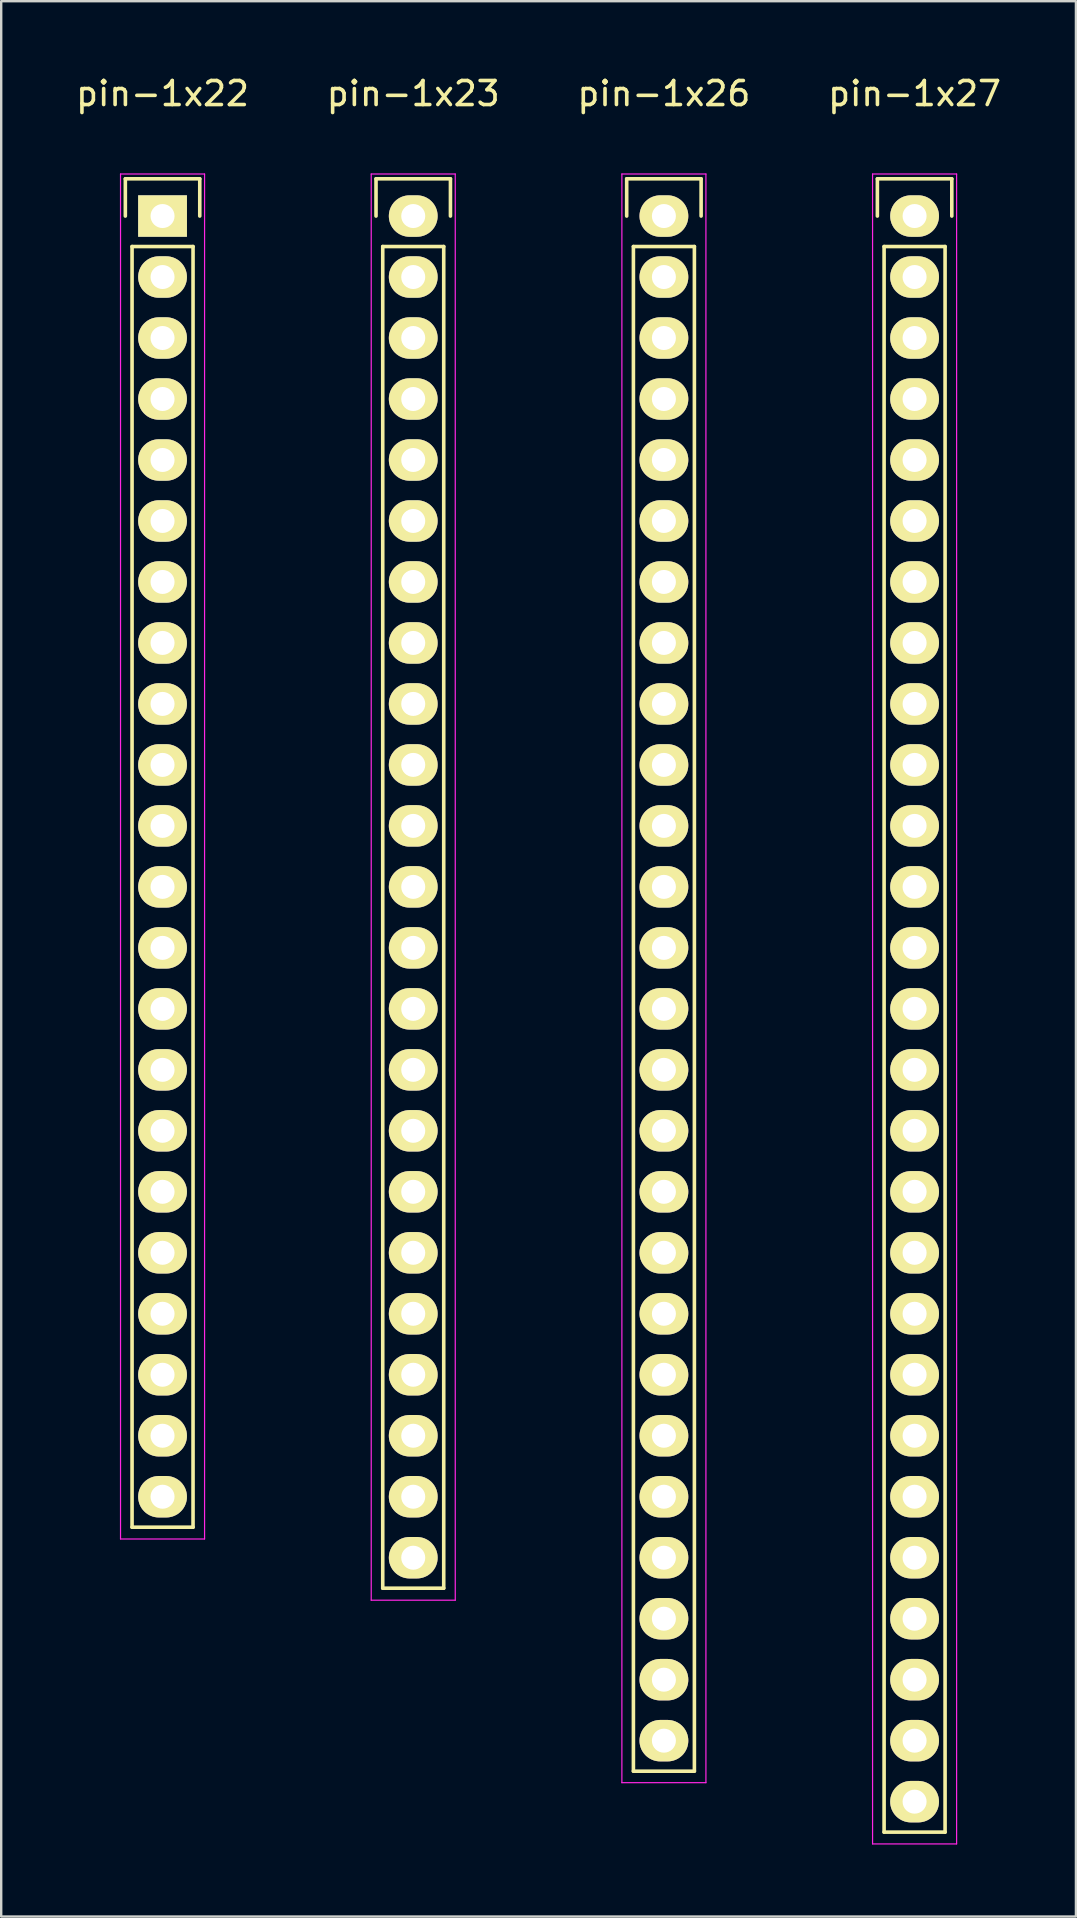
<source format=kicad_pcb>
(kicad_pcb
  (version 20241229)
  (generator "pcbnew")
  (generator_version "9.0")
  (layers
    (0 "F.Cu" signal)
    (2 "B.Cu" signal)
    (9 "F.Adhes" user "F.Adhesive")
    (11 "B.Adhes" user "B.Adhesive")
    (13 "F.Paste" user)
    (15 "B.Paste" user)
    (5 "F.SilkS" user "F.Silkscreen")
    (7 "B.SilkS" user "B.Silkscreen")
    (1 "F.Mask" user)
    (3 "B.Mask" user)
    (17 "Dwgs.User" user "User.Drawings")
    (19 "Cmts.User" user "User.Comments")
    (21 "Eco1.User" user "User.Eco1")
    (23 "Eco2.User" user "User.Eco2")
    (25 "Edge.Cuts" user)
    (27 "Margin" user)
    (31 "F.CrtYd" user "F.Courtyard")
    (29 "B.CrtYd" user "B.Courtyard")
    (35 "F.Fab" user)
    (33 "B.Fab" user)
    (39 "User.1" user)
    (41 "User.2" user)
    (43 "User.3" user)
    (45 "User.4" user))
  (footprint "pin-1x27"
    (layer "F.Cu")
    (at 35.042 5.948)
    (property "Reference" "pin-1x27" (at 0 -5.1 0) (layer "F.SilkS") (effects (font (size 1 1) (thickness 0.15))))
    (attr through_hole)
    (fp_line (start -1.55 -1.55) (end 1.55 -1.55) (stroke (width 0.15) (type solid)) (layer "F.SilkS"))
    (fp_line (start -1.55 0) (end -1.55 -1.55) (stroke (width 0.15) (type solid)) (layer "F.SilkS"))
    (fp_line (start -1.27 1.27) (end -1.27 67.31) (stroke (width 0.15) (type solid)) (layer "F.SilkS"))
    (fp_line (start -1.27 67.31) (end 1.27 67.31) (stroke (width 0.15) (type solid)) (layer "F.SilkS"))
    (fp_line (start 1.27 1.27) (end -1.27 1.27) (stroke (width 0.15) (type solid)) (layer "F.SilkS"))
    (fp_line (start 1.27 67.31) (end 1.27 1.27) (stroke (width 0.15) (type solid)) (layer "F.SilkS"))
    (fp_line (start 1.55 -1.55) (end 1.55 0) (stroke (width 0.15) (type solid)) (layer "F.SilkS"))
    (fp_line (start -1.75 -1.75) (end -1.75 67.8) (stroke (width 0.05) (type solid)) (layer "F.CrtYd"))
    (fp_line (start -1.75 -1.75) (end 1.75 -1.75) (stroke (width 0.05) (type solid)) (layer "F.CrtYd"))
    (fp_line (start -1.75 67.8) (end 1.75 67.8) (stroke (width 0.05) (type solid)) (layer "F.CrtYd"))
    (fp_line (start 1.75 -1.75) (end 1.75 67.8) (stroke (width 0.05) (type solid)) (layer "F.CrtYd"))
    (pad "1" thru_hole oval (at 0 0) (size 2.032 1.727) (drill 1) (layers "*.Cu" "*.Mask" "F.SilkS"))
    (pad "2" thru_hole oval (at 0 2.54) (size 2.032 1.727) (drill 1) (layers "*.Cu" "*.Mask" "F.SilkS"))
    (pad "3" thru_hole oval (at 0 5.08) (size 2.032 1.727) (drill 1) (layers "*.Cu" "*.Mask" "F.SilkS"))
    (pad "4" thru_hole oval (at 0 7.62) (size 2.032 1.727) (drill 1) (layers "*.Cu" "*.Mask" "F.SilkS"))
    (pad "5" thru_hole oval (at 0 10.16) (size 2.032 1.727) (drill 1) (layers "*.Cu" "*.Mask" "F.SilkS"))
    (pad "6" thru_hole oval (at 0 12.7) (size 2.032 1.727) (drill 1) (layers "*.Cu" "*.Mask" "F.SilkS"))
    (pad "7" thru_hole oval (at 0 15.24) (size 2.032 1.727) (drill 1) (layers "*.Cu" "*.Mask" "F.SilkS"))
    (pad "8" thru_hole oval (at 0 17.78) (size 2.032 1.727) (drill 1) (layers "*.Cu" "*.Mask" "F.SilkS"))
    (pad "9" thru_hole oval (at 0 20.32) (size 2.032 1.727) (drill 1) (layers "*.Cu" "*.Mask" "F.SilkS"))
    (pad "10" thru_hole oval (at 0 22.86) (size 2.032 1.727) (drill 1) (layers "*.Cu" "*.Mask" "F.SilkS"))
    (pad "11" thru_hole oval (at 0 25.4) (size 2.032 1.727) (drill 1) (layers "*.Cu" "*.Mask" "F.SilkS"))
    (pad "12" thru_hole oval (at 0 27.94) (size 2.032 1.727) (drill 1) (layers "*.Cu" "*.Mask" "F.SilkS"))
    (pad "13" thru_hole oval (at 0 30.48) (size 2.032 1.727) (drill 1) (layers "*.Cu" "*.Mask" "F.SilkS"))
    (pad "14" thru_hole oval (at 0 33.02) (size 2.032 1.727) (drill 1) (layers "*.Cu" "*.Mask" "F.SilkS"))
    (pad "15" thru_hole oval (at 0 35.56) (size 2.032 1.727) (drill 1) (layers "*.Cu" "*.Mask" "F.SilkS"))
    (pad "16" thru_hole oval (at 0 38.1) (size 2.032 1.727) (drill 1) (layers "*.Cu" "*.Mask" "F.SilkS"))
    (pad "17" thru_hole oval (at 0 40.64) (size 2.032 1.727) (drill 1) (layers "*.Cu" "*.Mask" "F.SilkS"))
    (pad "18" thru_hole oval (at 0 43.18) (size 2.032 1.727) (drill 1) (layers "*.Cu" "*.Mask" "F.SilkS"))
    (pad "19" thru_hole oval (at 0 45.72) (size 2.032 1.727) (drill 1) (layers "*.Cu" "*.Mask" "F.SilkS"))
    (pad "20" thru_hole oval (at 0 48.26) (size 2.032 1.727) (drill 1) (layers "*.Cu" "*.Mask" "F.SilkS"))
    (pad "21" thru_hole oval (at 0 50.8) (size 2.032 1.727) (drill 1) (layers "*.Cu" "*.Mask" "F.SilkS"))
    (pad "22" thru_hole oval (at 0 53.34) (size 2.032 1.727) (drill 1) (layers "*.Cu" "*.Mask" "F.SilkS"))
    (pad "23" thru_hole oval (at 0 55.88) (size 2.032 1.727) (drill 1) (layers "*.Cu" "*.Mask" "F.SilkS"))
    (pad "24" thru_hole oval (at 0 58.42) (size 2.032 1.727) (drill 1) (layers "*.Cu" "*.Mask" "F.SilkS"))
    (pad "25" thru_hole oval (at 0 60.96) (size 2.032 1.727) (drill 1) (layers "*.Cu" "*.Mask" "F.SilkS"))
    (pad "26" thru_hole oval (at 0 63.5) (size 2.032 1.727) (drill 1) (layers "*.Cu" "*.Mask" "F.SilkS"))
    (pad "27" thru_hole oval (at 0 66.04) (size 2.032 1.727) (drill 1) (layers "*.Cu" "*.Mask" "F.SilkS")))
  (footprint "pin-1x22"
    (layer "F.Cu")
    (at 3.72 5.948)
    (property "Reference" "pin-1x22" (at 0 -5.1 0) (layer "F.SilkS") (effects (font (size 1 1) (thickness 0.15))))
    (attr through_hole)
    (fp_line (start -1.55 -1.55) (end 1.55 -1.55) (stroke (width 0.15) (type solid)) (layer "F.SilkS"))
    (fp_line (start -1.55 0) (end -1.55 -1.55) (stroke (width 0.15) (type solid)) (layer "F.SilkS"))
    (fp_line (start -1.27 1.27) (end -1.27 54.61) (stroke (width 0.15) (type solid)) (layer "F.SilkS"))
    (fp_line (start -1.27 54.61) (end 1.27 54.61) (stroke (width 0.15) (type solid)) (layer "F.SilkS"))
    (fp_line (start 1.27 1.27) (end -1.27 1.27) (stroke (width 0.15) (type solid)) (layer "F.SilkS"))
    (fp_line (start 1.27 54.61) (end 1.27 1.27) (stroke (width 0.15) (type solid)) (layer "F.SilkS"))
    (fp_line (start 1.55 -1.55) (end 1.55 0) (stroke (width 0.15) (type solid)) (layer "F.SilkS"))
    (fp_line (start -1.75 -1.75) (end -1.75 55.1) (stroke (width 0.05) (type solid)) (layer "F.CrtYd"))
    (fp_line (start -1.75 -1.75) (end 1.75 -1.75) (stroke (width 0.05) (type solid)) (layer "F.CrtYd"))
    (fp_line (start -1.75 55.1) (end 1.75 55.1) (stroke (width 0.05) (type solid)) (layer "F.CrtYd"))
    (fp_line (start 1.75 -1.75) (end 1.75 55.1) (stroke (width 0.05) (type solid)) (layer "F.CrtYd"))
    (pad "1" thru_hole rect (at 0 0) (size 2.032 1.727) (drill 1) (layers "*.Cu" "*.Mask" "F.SilkS"))
    (pad "2" thru_hole oval (at 0 2.54) (size 2.032 1.727) (drill 1) (layers "*.Cu" "*.Mask" "F.SilkS"))
    (pad "3" thru_hole oval (at 0 5.08) (size 2.032 1.727) (drill 1) (layers "*.Cu" "*.Mask" "F.SilkS"))
    (pad "4" thru_hole oval (at 0 7.62) (size 2.032 1.727) (drill 1) (layers "*.Cu" "*.Mask" "F.SilkS"))
    (pad "5" thru_hole oval (at 0 10.16) (size 2.032 1.727) (drill 1) (layers "*.Cu" "*.Mask" "F.SilkS"))
    (pad "6" thru_hole oval (at 0 12.7) (size 2.032 1.727) (drill 1) (layers "*.Cu" "*.Mask" "F.SilkS"))
    (pad "7" thru_hole oval (at 0 15.24) (size 2.032 1.727) (drill 1) (layers "*.Cu" "*.Mask" "F.SilkS"))
    (pad "8" thru_hole oval (at 0 17.78) (size 2.032 1.727) (drill 1) (layers "*.Cu" "*.Mask" "F.SilkS"))
    (pad "9" thru_hole oval (at 0 20.32) (size 2.032 1.727) (drill 1) (layers "*.Cu" "*.Mask" "F.SilkS"))
    (pad "10" thru_hole oval (at 0 22.86) (size 2.032 1.727) (drill 1) (layers "*.Cu" "*.Mask" "F.SilkS"))
    (pad "11" thru_hole oval (at 0 25.4) (size 2.032 1.727) (drill 1) (layers "*.Cu" "*.Mask" "F.SilkS"))
    (pad "12" thru_hole oval (at 0 27.94) (size 2.032 1.727) (drill 1) (layers "*.Cu" "*.Mask" "F.SilkS"))
    (pad "13" thru_hole oval (at 0 30.48) (size 2.032 1.727) (drill 1) (layers "*.Cu" "*.Mask" "F.SilkS"))
    (pad "14" thru_hole oval (at 0 33.02) (size 2.032 1.727) (drill 1) (layers "*.Cu" "*.Mask" "F.SilkS"))
    (pad "15" thru_hole oval (at 0 35.56) (size 2.032 1.727) (drill 1) (layers "*.Cu" "*.Mask" "F.SilkS"))
    (pad "16" thru_hole oval (at 0 38.1) (size 2.032 1.727) (drill 1) (layers "*.Cu" "*.Mask" "F.SilkS"))
    (pad "17" thru_hole oval (at 0 40.64) (size 2.032 1.727) (drill 1) (layers "*.Cu" "*.Mask" "F.SilkS"))
    (pad "18" thru_hole oval (at 0 43.18) (size 2.032 1.727) (drill 1) (layers "*.Cu" "*.Mask" "F.SilkS"))
    (pad "19" thru_hole oval (at 0 45.72) (size 2.032 1.727) (drill 1) (layers "*.Cu" "*.Mask" "F.SilkS"))
    (pad "20" thru_hole oval (at 0 48.26) (size 2.032 1.727) (drill 1) (layers "*.Cu" "*.Mask" "F.SilkS"))
    (pad "21" thru_hole oval (at 0 50.8) (size 2.032 1.727) (drill 1) (layers "*.Cu" "*.Mask" "F.SilkS"))
    (pad "22" thru_hole oval (at 0 53.34) (size 2.032 1.727) (drill 1) (layers "*.Cu" "*.Mask" "F.SilkS")))
  (footprint "pin-1x23"
    (layer "F.Cu")
    (at 14.161 5.948)
    (property "Reference" "pin-1x23" (at 0 -5.1 0) (layer "F.SilkS") (effects (font (size 1 1) (thickness 0.15))))
    (attr through_hole)
    (fp_line (start -1.55 -1.55) (end 1.55 -1.55) (stroke (width 0.15) (type solid)) (layer "F.SilkS"))
    (fp_line (start -1.55 0) (end -1.55 -1.55) (stroke (width 0.15) (type solid)) (layer "F.SilkS"))
    (fp_line (start -1.27 1.27) (end -1.27 57.15) (stroke (width 0.15) (type solid)) (layer "F.SilkS"))
    (fp_line (start -1.27 57.15) (end 1.27 57.15) (stroke (width 0.15) (type solid)) (layer "F.SilkS"))
    (fp_line (start 1.27 1.27) (end -1.27 1.27) (stroke (width 0.15) (type solid)) (layer "F.SilkS"))
    (fp_line (start 1.27 57.15) (end 1.27 1.27) (stroke (width 0.15) (type solid)) (layer "F.SilkS"))
    (fp_line (start 1.55 -1.55) (end 1.55 0) (stroke (width 0.15) (type solid)) (layer "F.SilkS"))
    (fp_line (start -1.75 -1.75) (end -1.75 57.65) (stroke (width 0.05) (type solid)) (layer "F.CrtYd"))
    (fp_line (start -1.75 -1.75) (end 1.75 -1.75) (stroke (width 0.05) (type solid)) (layer "F.CrtYd"))
    (fp_line (start -1.75 57.65) (end 1.75 57.65) (stroke (width 0.05) (type solid)) (layer "F.CrtYd"))
    (fp_line (start 1.75 -1.75) (end 1.75 57.65) (stroke (width 0.05) (type solid)) (layer "F.CrtYd"))
    (pad "1" thru_hole oval (at 0 0) (size 2.032 1.727) (drill 1) (layers "*.Cu" "*.Mask" "F.SilkS"))
    (pad "2" thru_hole oval (at 0 2.54) (size 2.032 1.727) (drill 1) (layers "*.Cu" "*.Mask" "F.SilkS"))
    (pad "3" thru_hole oval (at 0 5.08) (size 2.032 1.727) (drill 1) (layers "*.Cu" "*.Mask" "F.SilkS"))
    (pad "4" thru_hole oval (at 0 7.62) (size 2.032 1.727) (drill 1) (layers "*.Cu" "*.Mask" "F.SilkS"))
    (pad "5" thru_hole oval (at 0 10.16) (size 2.032 1.727) (drill 1) (layers "*.Cu" "*.Mask" "F.SilkS"))
    (pad "6" thru_hole oval (at 0 12.7) (size 2.032 1.727) (drill 1) (layers "*.Cu" "*.Mask" "F.SilkS"))
    (pad "7" thru_hole oval (at 0 15.24) (size 2.032 1.727) (drill 1) (layers "*.Cu" "*.Mask" "F.SilkS"))
    (pad "8" thru_hole oval (at 0 17.78) (size 2.032 1.727) (drill 1) (layers "*.Cu" "*.Mask" "F.SilkS"))
    (pad "9" thru_hole oval (at 0 20.32) (size 2.032 1.727) (drill 1) (layers "*.Cu" "*.Mask" "F.SilkS"))
    (pad "10" thru_hole oval (at 0 22.86) (size 2.032 1.727) (drill 1) (layers "*.Cu" "*.Mask" "F.SilkS"))
    (pad "11" thru_hole oval (at 0 25.4) (size 2.032 1.727) (drill 1) (layers "*.Cu" "*.Mask" "F.SilkS"))
    (pad "12" thru_hole oval (at 0 27.94) (size 2.032 1.727) (drill 1) (layers "*.Cu" "*.Mask" "F.SilkS"))
    (pad "13" thru_hole oval (at 0 30.48) (size 2.032 1.727) (drill 1) (layers "*.Cu" "*.Mask" "F.SilkS"))
    (pad "14" thru_hole oval (at 0 33.02) (size 2.032 1.727) (drill 1) (layers "*.Cu" "*.Mask" "F.SilkS"))
    (pad "15" thru_hole oval (at 0 35.56) (size 2.032 1.727) (drill 1) (layers "*.Cu" "*.Mask" "F.SilkS"))
    (pad "16" thru_hole oval (at 0 38.1) (size 2.032 1.727) (drill 1) (layers "*.Cu" "*.Mask" "F.SilkS"))
    (pad "17" thru_hole oval (at 0 40.64) (size 2.032 1.727) (drill 1) (layers "*.Cu" "*.Mask" "F.SilkS"))
    (pad "18" thru_hole oval (at 0 43.18) (size 2.032 1.727) (drill 1) (layers "*.Cu" "*.Mask" "F.SilkS"))
    (pad "19" thru_hole oval (at 0 45.72) (size 2.032 1.727) (drill 1) (layers "*.Cu" "*.Mask" "F.SilkS"))
    (pad "20" thru_hole oval (at 0 48.26) (size 2.032 1.727) (drill 1) (layers "*.Cu" "*.Mask" "F.SilkS"))
    (pad "21" thru_hole oval (at 0 50.8) (size 2.032 1.727) (drill 1) (layers "*.Cu" "*.Mask" "F.SilkS"))
    (pad "22" thru_hole oval (at 0 53.34) (size 2.032 1.727) (drill 1) (layers "*.Cu" "*.Mask" "F.SilkS"))
    (pad "23" thru_hole oval (at 0 55.88) (size 2.032 1.727) (drill 1) (layers "*.Cu" "*.Mask" "F.SilkS")))
  (footprint "pin-1x26"
    (layer "F.Cu")
    (at 24.601 5.948)
    (property "Reference" "pin-1x26" (at 0 -5.1 0) (layer "F.SilkS") (effects (font (size 1 1) (thickness 0.15))))
    (attr through_hole)
    (fp_line (start -1.55 -1.55) (end 1.55 -1.55) (stroke (width 0.15) (type solid)) (layer "F.SilkS"))
    (fp_line (start -1.55 0) (end -1.55 -1.55) (stroke (width 0.15) (type solid)) (layer "F.SilkS"))
    (fp_line (start -1.27 1.27) (end -1.27 64.77) (stroke (width 0.15) (type solid)) (layer "F.SilkS"))
    (fp_line (start -1.27 64.77) (end 1.27 64.77) (stroke (width 0.15) (type solid)) (layer "F.SilkS"))
    (fp_line (start 1.27 1.27) (end -1.27 1.27) (stroke (width 0.15) (type solid)) (layer "F.SilkS"))
    (fp_line (start 1.27 64.77) (end 1.27 1.27) (stroke (width 0.15) (type solid)) (layer "F.SilkS"))
    (fp_line (start 1.55 -1.55) (end 1.55 0) (stroke (width 0.15) (type solid)) (layer "F.SilkS"))
    (fp_line (start -1.75 -1.75) (end -1.75 65.25) (stroke (width 0.05) (type solid)) (layer "F.CrtYd"))
    (fp_line (start -1.75 -1.75) (end 1.75 -1.75) (stroke (width 0.05) (type solid)) (layer "F.CrtYd"))
    (fp_line (start -1.75 65.25) (end 1.75 65.25) (stroke (width 0.05) (type solid)) (layer "F.CrtYd"))
    (fp_line (start 1.75 -1.75) (end 1.75 65.25) (stroke (width 0.05) (type solid)) (layer "F.CrtYd"))
    (pad "1" thru_hole oval (at 0 0) (size 2.032 1.727) (drill 1) (layers "*.Cu" "*.Mask" "F.SilkS"))
    (pad "2" thru_hole oval (at 0 2.54) (size 2.032 1.727) (drill 1) (layers "*.Cu" "*.Mask" "F.SilkS"))
    (pad "3" thru_hole oval (at 0 5.08) (size 2.032 1.727) (drill 1) (layers "*.Cu" "*.Mask" "F.SilkS"))
    (pad "4" thru_hole oval (at 0 7.62) (size 2.032 1.727) (drill 1) (layers "*.Cu" "*.Mask" "F.SilkS"))
    (pad "5" thru_hole oval (at 0 10.16) (size 2.032 1.727) (drill 1) (layers "*.Cu" "*.Mask" "F.SilkS"))
    (pad "6" thru_hole oval (at 0 12.7) (size 2.032 1.727) (drill 1) (layers "*.Cu" "*.Mask" "F.SilkS"))
    (pad "7" thru_hole oval (at 0 15.24) (size 2.032 1.727) (drill 1) (layers "*.Cu" "*.Mask" "F.SilkS"))
    (pad "8" thru_hole oval (at 0 17.78) (size 2.032 1.727) (drill 1) (layers "*.Cu" "*.Mask" "F.SilkS"))
    (pad "9" thru_hole oval (at 0 20.32) (size 2.032 1.727) (drill 1) (layers "*.Cu" "*.Mask" "F.SilkS"))
    (pad "10" thru_hole oval (at 0 22.86) (size 2.032 1.727) (drill 1) (layers "*.Cu" "*.Mask" "F.SilkS"))
    (pad "11" thru_hole oval (at 0 25.4) (size 2.032 1.727) (drill 1) (layers "*.Cu" "*.Mask" "F.SilkS"))
    (pad "12" thru_hole oval (at 0 27.94) (size 2.032 1.727) (drill 1) (layers "*.Cu" "*.Mask" "F.SilkS"))
    (pad "13" thru_hole oval (at 0 30.48) (size 2.032 1.727) (drill 1) (layers "*.Cu" "*.Mask" "F.SilkS"))
    (pad "14" thru_hole oval (at 0 33.02) (size 2.032 1.727) (drill 1) (layers "*.Cu" "*.Mask" "F.SilkS"))
    (pad "15" thru_hole oval (at 0 35.56) (size 2.032 1.727) (drill 1) (layers "*.Cu" "*.Mask" "F.SilkS"))
    (pad "16" thru_hole oval (at 0 38.1) (size 2.032 1.727) (drill 1) (layers "*.Cu" "*.Mask" "F.SilkS"))
    (pad "17" thru_hole oval (at 0 40.64) (size 2.032 1.727) (drill 1) (layers "*.Cu" "*.Mask" "F.SilkS"))
    (pad "18" thru_hole oval (at 0 43.18) (size 2.032 1.727) (drill 1) (layers "*.Cu" "*.Mask" "F.SilkS"))
    (pad "19" thru_hole oval (at 0 45.72) (size 2.032 1.727) (drill 1) (layers "*.Cu" "*.Mask" "F.SilkS"))
    (pad "20" thru_hole oval (at 0 48.26) (size 2.032 1.727) (drill 1) (layers "*.Cu" "*.Mask" "F.SilkS"))
    (pad "21" thru_hole oval (at 0 50.8) (size 2.032 1.727) (drill 1) (layers "*.Cu" "*.Mask" "F.SilkS"))
    (pad "22" thru_hole oval (at 0 53.34) (size 2.032 1.727) (drill 1) (layers "*.Cu" "*.Mask" "F.SilkS"))
    (pad "23" thru_hole oval (at 0 55.88) (size 2.032 1.727) (drill 1) (layers "*.Cu" "*.Mask" "F.SilkS"))
    (pad "24" thru_hole oval (at 0 58.42) (size 2.032 1.727) (drill 1) (layers "*.Cu" "*.Mask" "F.SilkS"))
    (pad "25" thru_hole oval (at 0 60.96) (size 2.032 1.727) (drill 1) (layers "*.Cu" "*.Mask" "F.SilkS"))
    (pad "26" thru_hole oval (at 0 63.5) (size 2.032 1.727) (drill 1) (layers "*.Cu" "*.Mask" "F.SilkS")))
  (gr_rect
    (start -3 -3)
    (end 41.762 76.773)
    (stroke (width 0.1) (type default))
    (fill no)
    (layer "Edge.Cuts")))
</source>
